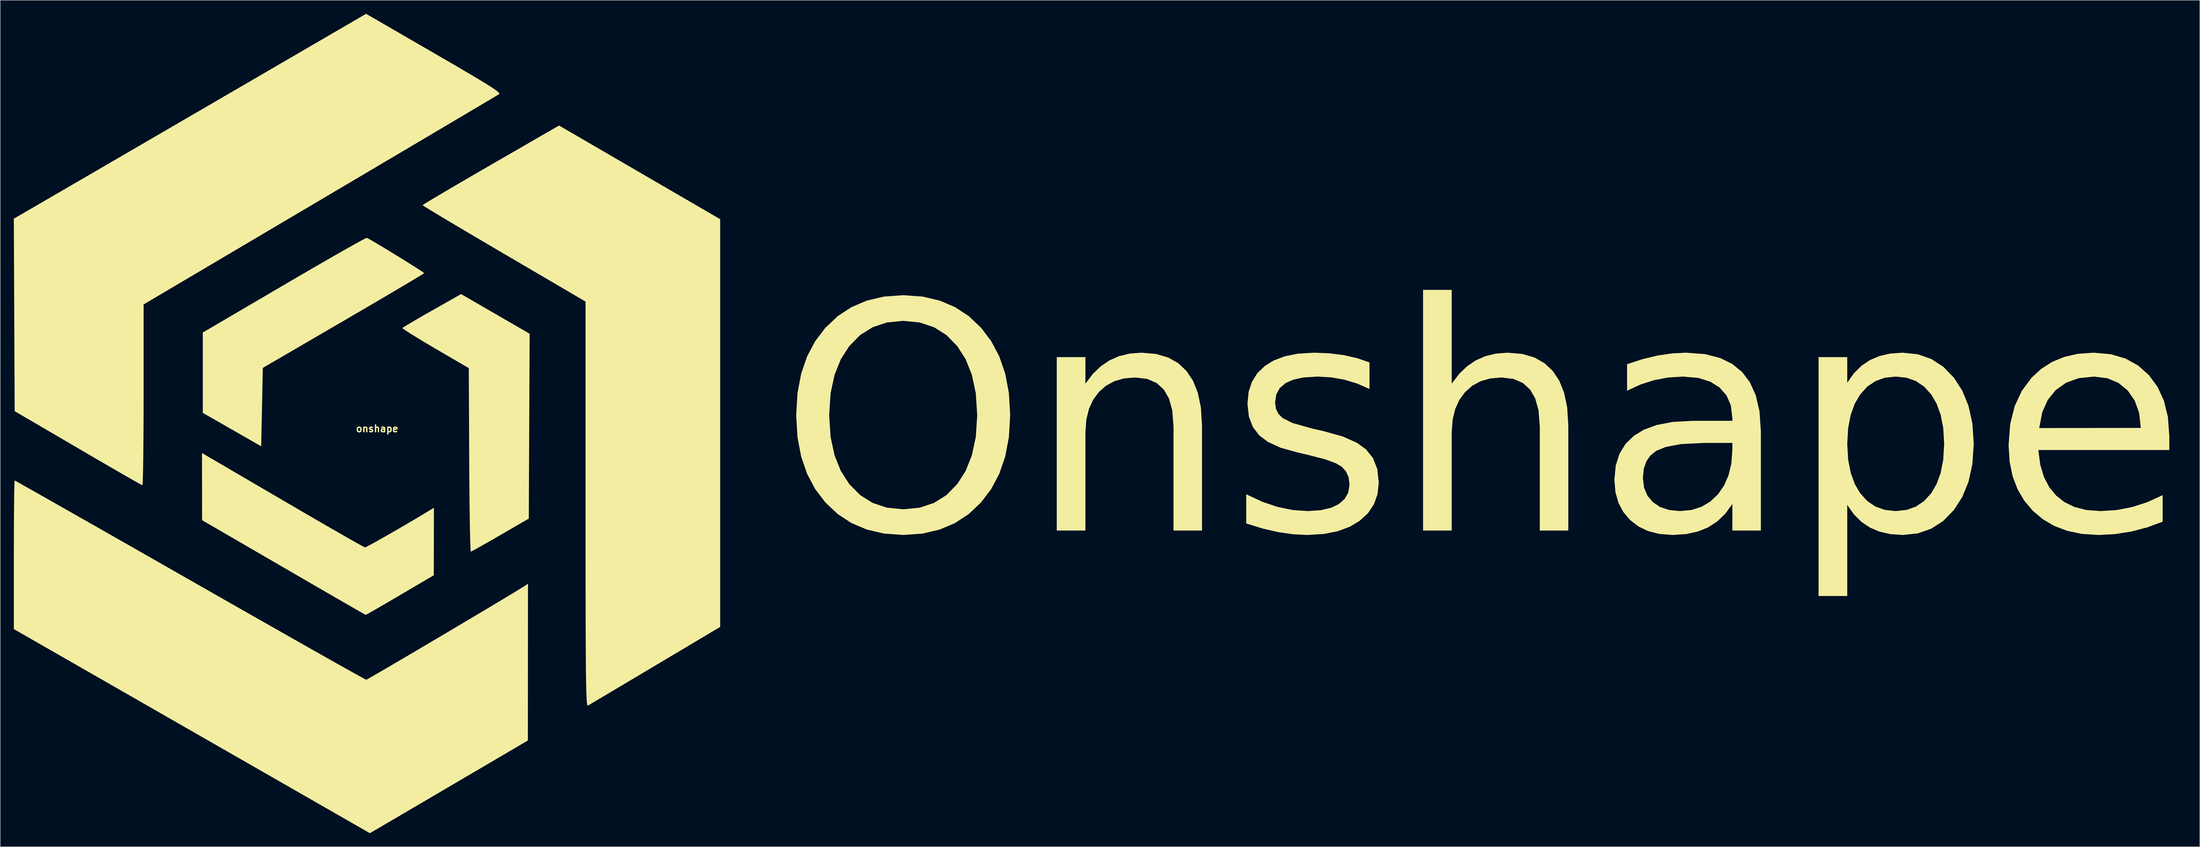
<source format=kicad_pcb>
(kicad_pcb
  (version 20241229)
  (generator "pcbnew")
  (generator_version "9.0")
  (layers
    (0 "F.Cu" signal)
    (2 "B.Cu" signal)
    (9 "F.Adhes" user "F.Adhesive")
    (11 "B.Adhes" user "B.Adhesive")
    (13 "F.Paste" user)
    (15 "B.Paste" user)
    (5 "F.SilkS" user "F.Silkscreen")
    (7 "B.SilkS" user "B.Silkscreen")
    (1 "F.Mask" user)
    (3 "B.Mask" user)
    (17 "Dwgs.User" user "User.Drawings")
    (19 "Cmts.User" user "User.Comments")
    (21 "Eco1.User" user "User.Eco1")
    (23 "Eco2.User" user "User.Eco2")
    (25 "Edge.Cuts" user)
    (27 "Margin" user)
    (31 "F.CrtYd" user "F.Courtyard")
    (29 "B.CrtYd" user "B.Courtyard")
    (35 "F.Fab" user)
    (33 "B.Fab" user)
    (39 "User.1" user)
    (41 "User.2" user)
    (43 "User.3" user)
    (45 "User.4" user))
  (footprint "onshape"
    (layer "F.Cu")
    (at 80.141 91.612)
    (property "Reference" "onshape" (at 0 0 0) (layer "F.SilkS") (effects (font (size 1.5 1.5) (thickness 0.3))))
    (attr board_only exclude_from_pos_files exclude_from_bom)
    (fp_poly (pts (xy 26.071 -25.342) (xy 33.634 -20.965) (xy 33.542 -0.555) (xy 33.449 19.855) (xy 27.189 23.492) (xy 25.277 24.596) (xy 23.575 25.569) (xy 22.179 26.355) (xy 21.186 26.9) (xy 20.693 27.149) (xy 20.663 27.159) (xy 20.612 26.817) (xy 20.562 25.824) (xy 20.512 24.242) (xy 20.465 22.135) (xy 20.421 19.566) (xy 20.382 16.599) (xy 20.348 13.298) (xy 20.32 9.726) (xy 20.305 6.911) (xy 20.213 -13.367) (xy 12.826 -17.684) (xy 10.769 -18.899) (xy 8.944 -19.999) (xy 7.434 -20.935) (xy 6.321 -21.653) (xy 5.689 -22.102) (xy 5.576 -22.227) (xy 5.915 -22.464) (xy 6.783 -22.996) (xy 8.085 -23.767) (xy 9.726 -24.721) (xy 11.612 -25.802) (xy 12.111 -26.086) (xy 18.508 -29.718)) (stroke (width 0) (type solid)) (fill yes) (layer "F.SilkS"))
    (fp_poly (pts (xy -1.857 -41.919) (xy -0.95 -41.403) (xy 0.322 -40.652) (xy 1.847 -39.734) (xy 3.515 -38.718) (xy 5.217 -37.67) (xy 6.841 -36.658) (xy 8.278 -35.752) (xy 9.417 -35.018) (xy 10.148 -34.524) (xy 10.365 -34.344) (xy 10.065 -34.136) (xy 9.2 -33.601) (xy 7.826 -32.772) (xy 5.997 -31.68) (xy 3.767 -30.359) (xy 1.193 -28.84) (xy -1.673 -27.156) (xy -4.775 -25.34) (xy -7.429 -23.79) (xy -25.221 -13.415) (xy -25.4 -4.76) (xy -25.579 3.895) (xy -32.018 0.204) (xy -38.458 -3.487) (xy -38.458 -12.357) (xy -38.458 -21.228) (xy -20.57 -31.728) (xy -17.3 -33.643) (xy -14.21 -35.441) (xy -11.355 -37.092) (xy -8.791 -38.563) (xy -6.574 -39.824) (xy -4.759 -40.842) (xy -3.403 -41.586) (xy -2.56 -42.024) (xy -2.29 -42.132)) (stroke (width 0) (type solid)) (fill yes) (layer "F.SilkS"))
    (fp_poly (pts (xy -36.58 6.59) (xy -35.867 7.007) (xy -34.605 7.745) (xy -32.863 8.764) (xy -30.708 10.025) (xy -28.21 11.487) (xy -25.436 13.11) (xy -22.455 14.854) (xy -19.336 16.679) (xy -18.782 17.004) (xy -15.716 18.794) (xy -12.834 20.469) (xy -10.194 21.996) (xy -7.857 23.341) (xy -5.88 24.469) (xy -4.326 25.345) (xy -3.252 25.937) (xy -2.718 26.21) (xy -2.674 26.225) (xy -2.285 26.054) (xy -1.38 25.575) (xy -0.056 24.843) (xy 1.586 23.915) (xy 3.448 22.849) (xy 5.431 21.7) (xy 7.438 20.525) (xy 9.368 19.381) (xy 11.124 18.324) (xy 11.358 18.181) (xy 12.521 17.471) (xy 12.507 24.924) (xy 12.493 32.376) (xy 5.055 36.758) (xy 2.978 37.978) (xy 1.113 39.064) (xy -0.456 39.97) (xy -1.641 40.644) (xy -2.357 41.037) (xy -2.533 41.119) (xy -2.861 40.94) (xy -3.753 40.433) (xy -5.153 39.629) (xy -7.006 38.561) (xy -9.259 37.26) (xy -11.855 35.757) (xy -14.74 34.085) (xy -17.859 32.275) (xy -20.649 30.655) (xy -38.615 20.213) (xy -38.626 12.801) (xy -38.637 5.389)) (stroke (width 0) (type solid)) (fill yes) (layer "F.SilkS"))
    (fp_poly (pts (xy 57.893 -56.599) (xy 75.663 -46.255) (xy 75.663 -1.236) (xy 75.663 43.783) (xy 61.354 52.31) (xy 58.431 54.052) (xy 55.686 55.687) (xy 53.182 57.178) (xy 50.983 58.488) (xy 49.152 59.578) (xy 47.752 60.411) (xy 46.846 60.949) (xy 46.507 61.15) (xy 46.428 61.138) (xy 46.356 60.98) (xy 46.292 60.642) (xy 46.236 60.088) (xy 46.187 59.281) (xy 46.143 58.187) (xy 46.106 56.771) (xy 46.075 54.995) (xy 46.048 52.826) (xy 46.027 50.227) (xy 46.009 47.163) (xy 45.996 43.598) (xy 45.985 39.498) (xy 45.978 34.825) (xy 45.974 29.545) (xy 45.971 23.623) (xy 45.97 17.022) (xy 45.97 16.699) (xy 45.97 -28.063) (xy 27.994 -38.611) (xy 24.725 -40.532) (xy 21.649 -42.347) (xy 18.818 -44.023) (xy 16.287 -45.528) (xy 14.11 -46.83) (xy 12.342 -47.896) (xy 11.036 -48.694) (xy 10.247 -49.191) (xy 10.024 -49.354) (xy 10.325 -49.566) (xy 11.187 -50.099) (xy 12.55 -50.919) (xy 14.354 -51.991) (xy 16.54 -53.277) (xy 19.048 -54.745) (xy 21.819 -56.358) (xy 24.792 -58.081) (xy 25.076 -58.246) (xy 40.122 -66.944)) (stroke (width 0) (type solid)) (fill yes) (layer "F.SilkS"))
    (fp_poly (pts (xy 12.529 -82.937) (xy 16.022 -80.908) (xy 18.938 -79.204) (xy 21.321 -77.796) (xy 23.217 -76.656) (xy 24.67 -75.755) (xy 25.725 -75.065) (xy 26.427 -74.558) (xy 26.822 -74.206) (xy 26.954 -73.979) (xy 26.894 -73.865) (xy 26.517 -73.636) (xy 25.561 -73.066) (xy 24.064 -72.175) (xy 22.063 -70.987) (xy 19.596 -69.523) (xy 16.701 -67.806) (xy 13.414 -65.858) (xy 9.774 -63.701) (xy 5.817 -61.357) (xy 1.582 -58.849) (xy -2.896 -56.198) (xy -7.577 -53.427) (xy -12.425 -50.559) (xy -12.611 -50.449) (xy -51.515 -27.43) (xy -51.515 -7.455) (xy -51.52 -3.749) (xy -51.534 -0.268) (xy -51.555 2.926) (xy -51.583 5.768) (xy -51.618 8.195) (xy -51.657 10.141) (xy -51.702 11.544) (xy -51.75 12.339) (xy -51.784 12.5) (xy -52.138 12.321) (xy -53.047 11.815) (xy -54.446 11.018) (xy -56.274 9.969) (xy -58.466 8.701) (xy -60.96 7.253) (xy -63.693 5.659) (xy -66.004 4.307) (xy -79.956 -3.865) (xy -80.049 -25.114) (xy -80.141 -46.364) (xy -67.17 -53.912) (xy -64.739 -55.327) (xy -61.77 -57.055) (xy -58.346 -59.049) (xy -54.546 -61.261) (xy -50.453 -63.644) (xy -46.146 -66.152) (xy -41.708 -68.737) (xy -37.218 -71.351) (xy -32.759 -73.949) (xy -28.411 -76.481) (xy -28.317 -76.536) (xy -2.436 -91.612)) (stroke (width 0) (type solid)) (fill yes) (layer "F.SilkS"))
    (fp_poly (pts (xy -79.627 11.622) (xy -78.716 12.13) (xy -77.26 12.951) (xy -75.295 14.062) (xy -72.859 15.444) (xy -69.99 17.074) (xy -66.725 18.931) (xy -63.103 20.993) (xy -59.16 23.24) (xy -54.933 25.65) (xy -50.462 28.202) (xy -45.783 30.874) (xy -41.275 33.449) (xy -36.433 36.215) (xy -31.761 38.88) (xy -27.297 41.423) (xy -23.079 43.823) (xy -19.145 46.059) (xy -15.532 48.108) (xy -12.278 49.95) (xy -9.421 51.564) (xy -6.999 52.927) (xy -5.049 54.018) (xy -3.61 54.817) (xy -2.719 55.301) (xy -2.415 55.451) (xy -2.07 55.274) (xy -1.178 54.769) (xy 0.194 53.977) (xy 1.978 52.938) (xy 4.108 51.69) (xy 6.516 50.274) (xy 9.135 48.729) (xy 11.898 47.096) (xy 14.738 45.415) (xy 17.587 43.724) (xy 20.379 42.064) (xy 23.046 40.474) (xy 25.521 38.995) (xy 27.737 37.666) (xy 29.626 36.527) (xy 31.122 35.618) (xy 32.158 34.979) (xy 32.465 34.783) (xy 33.27 34.261) (xy 33.258 51.564) (xy 33.245 68.866) (xy 17.113 78.346) (xy 13.971 80.192) (xy 10.983 81.948) (xy 8.21 83.577) (xy 5.716 85.041) (xy 3.566 86.304) (xy 1.821 87.328) (xy 0.545 88.076) (xy -0.198 88.511) (xy -0.315 88.579) (xy -1.61 89.332) (xy -40.873 66.797) (xy -80.135 44.262) (xy -80.135 27.855) (xy -80.131 24.506) (xy -80.12 21.386) (xy -80.103 18.567) (xy -80.081 16.119) (xy -80.053 14.113) (xy -80.021 12.62) (xy -79.987 11.71) (xy -79.955 11.448)) (stroke (width 0) (type solid)) (fill yes) (layer "F.SilkS"))
    (fp_text user "Onshape" (at 88.5 31 0) (unlocked yes) (layer "F.SilkS") (effects (font (face "Adwaita Sans") (size 50 50) (thickness 0.1)) (justify left bottom))))
  (gr_rect
    (start -3 -3)
    (end 482.171 183.943)
    (stroke (width 0.1) (type default))
    (fill no)
    (layer "Edge.Cuts")))
</source>
